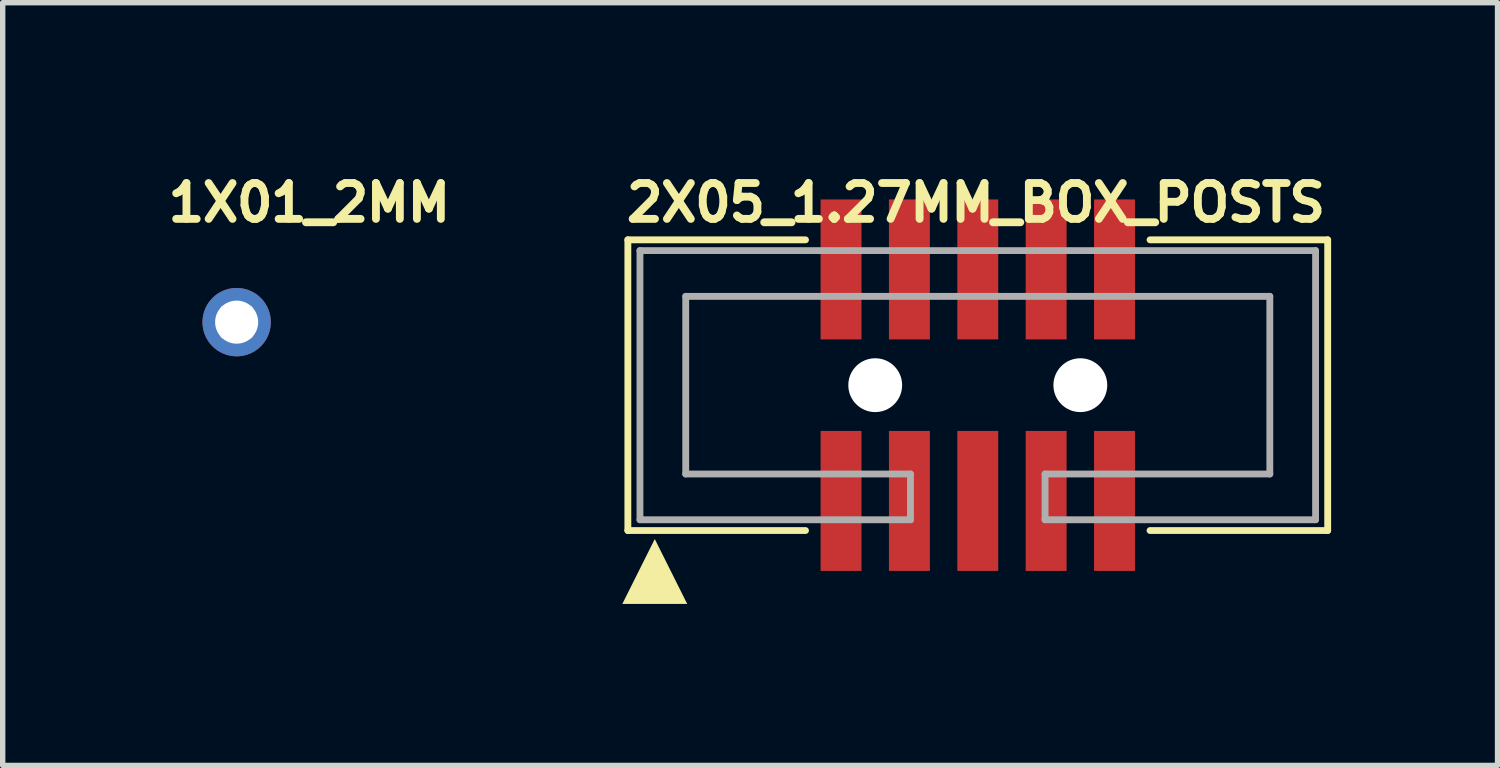
<source format=kicad_pcb>
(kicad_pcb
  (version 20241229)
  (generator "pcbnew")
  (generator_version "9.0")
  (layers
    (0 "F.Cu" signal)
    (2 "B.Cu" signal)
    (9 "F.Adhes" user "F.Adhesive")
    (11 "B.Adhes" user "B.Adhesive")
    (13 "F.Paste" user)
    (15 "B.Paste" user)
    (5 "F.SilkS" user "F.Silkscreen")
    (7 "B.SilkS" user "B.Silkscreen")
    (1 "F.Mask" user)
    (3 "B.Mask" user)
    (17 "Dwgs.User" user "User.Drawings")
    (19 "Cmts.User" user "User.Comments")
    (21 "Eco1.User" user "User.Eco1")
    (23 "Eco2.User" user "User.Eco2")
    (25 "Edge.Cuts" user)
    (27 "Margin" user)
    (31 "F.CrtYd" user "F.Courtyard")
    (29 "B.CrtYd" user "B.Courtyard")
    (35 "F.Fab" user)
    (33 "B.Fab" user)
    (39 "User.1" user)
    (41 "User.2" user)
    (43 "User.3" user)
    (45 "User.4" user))
  (footprint "1X01_2MM"
    (layer "F.Cu")
    (at 1.346 2.934)
    (property "Reference" "1X01_2MM" (at -1.346 -1.829 0) (unlocked yes) (layer "F.SilkS") (effects (font (size 0.666 0.666) (thickness 0.146)) (justify left bottom)))
    (fp_poly (pts (xy -0.254 0.254) (xy 0.254 0.254) (xy 0.254 -0.254) (xy -0.254 -0.254)) (stroke (width 0.1) (type default)) (fill no) (layer "F.Fab"))
    (pad "1" thru_hole circle (at 0 0 90) (size 1.27 1.27) (drill 0.8) (layers "*.Cu" "*.Mask")))
  (footprint "2X05_1.27MM_BOX_POSTS"
    (layer "F.Cu")
    (at 15.113 4.105)
    (property "Reference" "2X05_1.27MM_BOX_POSTS" (at -6.6 -3 0) (unlocked yes) (layer "F.SilkS") (effects (font (size 0.666 0.666) (thickness 0.146)) (justify left bottom)))
    (fp_line (start -6.5 -2.7) (end -6.5 2.7) (stroke (width 0.127) (type solid)) (layer "F.SilkS"))
    (fp_line (start -6.5 2.7) (end -3.2 2.7) (stroke (width 0.127) (type solid)) (layer "F.SilkS"))
    (fp_line (start -3.2 -2.7) (end -6.5 -2.7) (stroke (width 0.127) (type solid)) (layer "F.SilkS"))
    (fp_line (start 3.2 -2.7) (end 6.5 -2.7) (stroke (width 0.127) (type solid)) (layer "F.SilkS"))
    (fp_line (start 6.5 -2.7) (end 6.5 2.7) (stroke (width 0.127) (type solid)) (layer "F.SilkS"))
    (fp_line (start 6.5 2.7) (end 3.2 2.7) (stroke (width 0.127) (type solid)) (layer "F.SilkS"))
    (fp_poly (pts (xy -5.397 4.064) (xy -6.603 4.064) (xy -6 2.858)) (stroke (width 0) (type default)) (fill yes) (layer "F.SilkS"))
    (fp_line (start -6.275 -2.5) (end 6.275 -2.5) (stroke (width 0.127) (type solid)) (layer "F.Fab"))
    (fp_line (start -6.275 2.5) (end -6.275 -2.5) (stroke (width 0.127) (type solid)) (layer "F.Fab"))
    (fp_line (start -5.425 -1.65) (end 5.425 -1.65) (stroke (width 0.127) (type solid)) (layer "F.Fab"))
    (fp_line (start -5.425 1.65) (end -5.425 -1.65) (stroke (width 0.127) (type solid)) (layer "F.Fab"))
    (fp_line (start -1.25 1.65) (end -5.425 1.65) (stroke (width 0.127) (type solid)) (layer "F.Fab"))
    (fp_line (start -1.25 1.65) (end -1.25 2.5) (stroke (width 0.127) (type solid)) (layer "F.Fab"))
    (fp_line (start -1.25 2.5) (end -6.275 2.5) (stroke (width 0.127) (type solid)) (layer "F.Fab"))
    (fp_line (start 1.25 1.65) (end 1.25 2.5) (stroke (width 0.127) (type solid)) (layer "F.Fab"))
    (fp_line (start 5.425 -1.65) (end 5.425 1.65) (stroke (width 0.127) (type solid)) (layer "F.Fab"))
    (fp_line (start 5.425 1.65) (end 1.25 1.65) (stroke (width 0.127) (type solid)) (layer "F.Fab"))
    (fp_line (start 6.275 -2.5) (end 6.275 2.5) (stroke (width 0.127) (type solid)) (layer "F.Fab"))
    (fp_line (start 6.275 2.5) (end 1.25 2.5) (stroke (width 0.127) (type solid)) (layer "F.Fab"))
    (pad "" np_thru_hole circle (at -1.905 0) (size 1 1) (drill 1) (layers "*.Cu" "*.Mask"))
    (pad "" np_thru_hole circle (at 1.905 0) (size 1 1) (drill 1) (layers "*.Cu" "*.Mask"))
    (pad "1" smd rect (at -2.54 2.15) (size 0.76 2.6) (layers "F.Cu" "F.Mask" "F.Paste"))
    (pad "2" smd rect (at -2.54 -2.15) (size 0.76 2.6) (layers "F.Cu" "F.Mask" "F.Paste"))
    (pad "3" smd rect (at -1.27 2.15) (size 0.76 2.6) (layers "F.Cu" "F.Mask" "F.Paste"))
    (pad "4" smd rect (at -1.27 -2.15) (size 0.76 2.6) (layers "F.Cu" "F.Mask" "F.Paste"))
    (pad "5" smd rect (at 0 2.15) (size 0.76 2.6) (layers "F.Cu" "F.Mask" "F.Paste"))
    (pad "6" smd rect (at 0 -2.15) (size 0.76 2.6) (layers "F.Cu" "F.Mask" "F.Paste"))
    (pad "7" smd rect (at 1.27 2.15) (size 0.76 2.6) (layers "F.Cu" "F.Mask" "F.Paste"))
    (pad "8" smd rect (at 1.27 -2.15) (size 0.76 2.6) (layers "F.Cu" "F.Mask" "F.Paste"))
    (pad "9" smd rect (at 2.54 2.15) (size 0.76 2.6) (layers "F.Cu" "F.Mask" "F.Paste"))
    (pad "10" smd rect (at 2.54 -2.15) (size 0.76 2.6) (layers "F.Cu" "F.Mask" "F.Paste")))
  (gr_rect
    (start -3 -3)
    (end 24.768 11.169)
    (stroke (width 0.1) (type default))
    (fill no)
    (layer "Edge.Cuts")))
</source>
